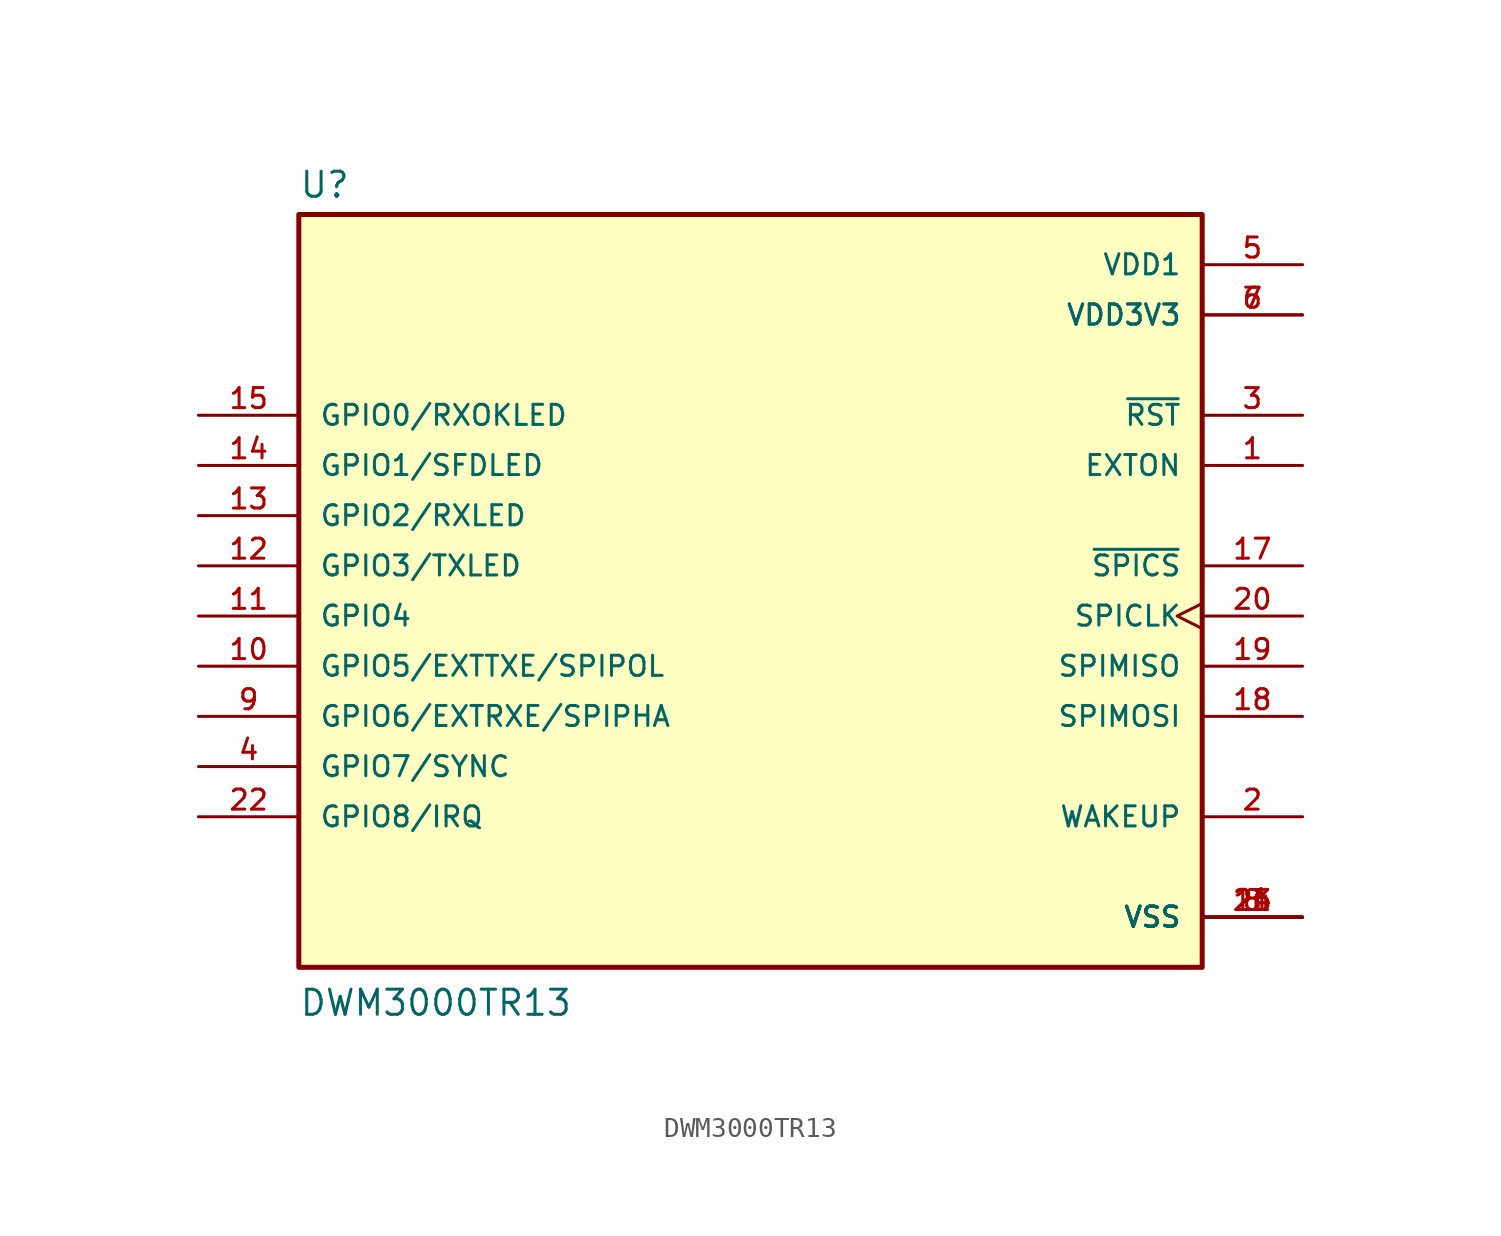
<source format=kicad_sym>
(kicad_symbol_lib
  (version 20211014)
  (generator kicad_symbol_editor)
  (symbol "DWM3000TR13"
    (pin_names
      (offset 1.016))
    (property "Reference" "U"
      (at -22.86 18.542 0)
      (effects (font (size 1.27 1.27)) (justify bottom left)))
    (property "Value" "DWM3000TR13"
      (at -22.86 -22.86 0)
      (effects (font (size 1.27 1.27)) (justify bottom left)))
    (symbol "DWM3000TR13_0_0"
      (rectangle (start -22.86 -20.32) (end 22.86 17.78) (stroke (width 0.254)) (fill (type background)))
      (pin output line (at 27.94 5.08 180.0) (length 5.08) (name "EXTON" (effects (font (size 1.016 1.016)))) (number "1" (effects (font (size 1.016 1.016)))))
      (pin bidirectional line (at 27.94 -12.7 180.0) (length 5.08) (name "WAKEUP" (effects (font (size 1.016 1.016)))) (number "2" (effects (font (size 1.016 1.016)))))
      (pin output line (at 27.94 7.62 180.0) (length 5.08) (name "~{RST}" (effects (font (size 1.016 1.016)))) (number "3" (effects (font (size 1.016 1.016)))))
      (pin power_in line (at 27.94 15.24 180.0) (length 5.08) (name "VDD1" (effects (font (size 1.016 1.016)))) (number "5" (effects (font (size 1.016 1.016)))))
      (pin power_in line (at 27.94 12.7 180.0) (length 5.08) (name "VDD3V3" (effects (font (size 1.016 1.016)))) (number "6" (effects (font (size 1.016 1.016)))))
      (pin power_in line (at 27.94 12.7 180.0) (length 5.08) (name "VDD3V3" (effects (font (size 1.016 1.016)))) (number "7" (effects (font (size 1.016 1.016)))))
      (pin power_in line (at 27.94 -17.78 180.0) (length 5.08) (name "VSS" (effects (font (size 1.016 1.016)))) (number "8" (effects (font (size 1.016 1.016)))))
      (pin power_in line (at 27.94 -17.78 180.0) (length 5.08) (name "VSS" (effects (font (size 1.016 1.016)))) (number "16" (effects (font (size 1.016 1.016)))))
      (pin power_in line (at 27.94 -17.78 180.0) (length 5.08) (name "VSS" (effects (font (size 1.016 1.016)))) (number "21" (effects (font (size 1.016 1.016)))))
      (pin power_in line (at 27.94 -17.78 180.0) (length 5.08) (name "VSS" (effects (font (size 1.016 1.016)))) (number "23" (effects (font (size 1.016 1.016)))))
      (pin power_in line (at 27.94 -17.78 180.0) (length 5.08) (name "VSS" (effects (font (size 1.016 1.016)))) (number "24" (effects (font (size 1.016 1.016)))))
      (pin bidirectional line (at -27.94 -12.7 0) (length 5.08) (name "GPIO8/IRQ" (effects (font (size 1.016 1.016)))) (number "22" (effects (font (size 1.016 1.016)))))
      (pin input clock (at 27.94 -2.54 180.0) (length 5.08) (name "SPICLK" (effects (font (size 1.016 1.016)))) (number "20" (effects (font (size 1.016 1.016)))))
      (pin output line (at 27.94 -5.08 180.0) (length 5.08) (name "SPIMISO" (effects (font (size 1.016 1.016)))) (number "19" (effects (font (size 1.016 1.016)))))
      (pin input line (at 27.94 -7.62 180.0) (length 5.08) (name "SPIMOSI" (effects (font (size 1.016 1.016)))) (number "18" (effects (font (size 1.016 1.016)))))
      (pin input line (at 27.94 0.0 180.0) (length 5.08) (name "~{SPICS}" (effects (font (size 1.016 1.016)))) (number "17" (effects (font (size 1.016 1.016)))))
      (pin bidirectional line (at -27.94 7.62 0) (length 5.08) (name "GPIO0/RXOKLED" (effects (font (size 1.016 1.016)))) (number "15" (effects (font (size 1.016 1.016)))))
      (pin bidirectional line (at -27.94 5.08 0) (length 5.08) (name "GPIO1/SFDLED" (effects (font (size 1.016 1.016)))) (number "14" (effects (font (size 1.016 1.016)))))
      (pin bidirectional line (at -27.94 2.54 0) (length 5.08) (name "GPIO2/RXLED" (effects (font (size 1.016 1.016)))) (number "13" (effects (font (size 1.016 1.016)))))
      (pin bidirectional line (at -27.94 0.0 0) (length 5.08) (name "GPIO3/TXLED" (effects (font (size 1.016 1.016)))) (number "12" (effects (font (size 1.016 1.016)))))
      (pin bidirectional line (at -27.94 -2.54 0) (length 5.08) (name "GPIO4" (effects (font (size 1.016 1.016)))) (number "11" (effects (font (size 1.016 1.016)))))
      (pin bidirectional line (at -27.94 -5.08 0) (length 5.08) (name "GPIO5/EXTTXE/SPIPOL" (effects (font (size 1.016 1.016)))) (number "10" (effects (font (size 1.016 1.016)))))
      (pin bidirectional line (at -27.94 -7.62 0) (length 5.08) (name "GPIO6/EXTRXE/SPIPHA" (effects (font (size 1.016 1.016)))) (number "9" (effects (font (size 1.016 1.016)))))
      (pin bidirectional line (at -27.94 -10.16 0) (length 5.08) (name "GPIO7/SYNC" (effects (font (size 1.016 1.016)))) (number "4" (effects (font (size 1.016 1.016))))))))
</source>
